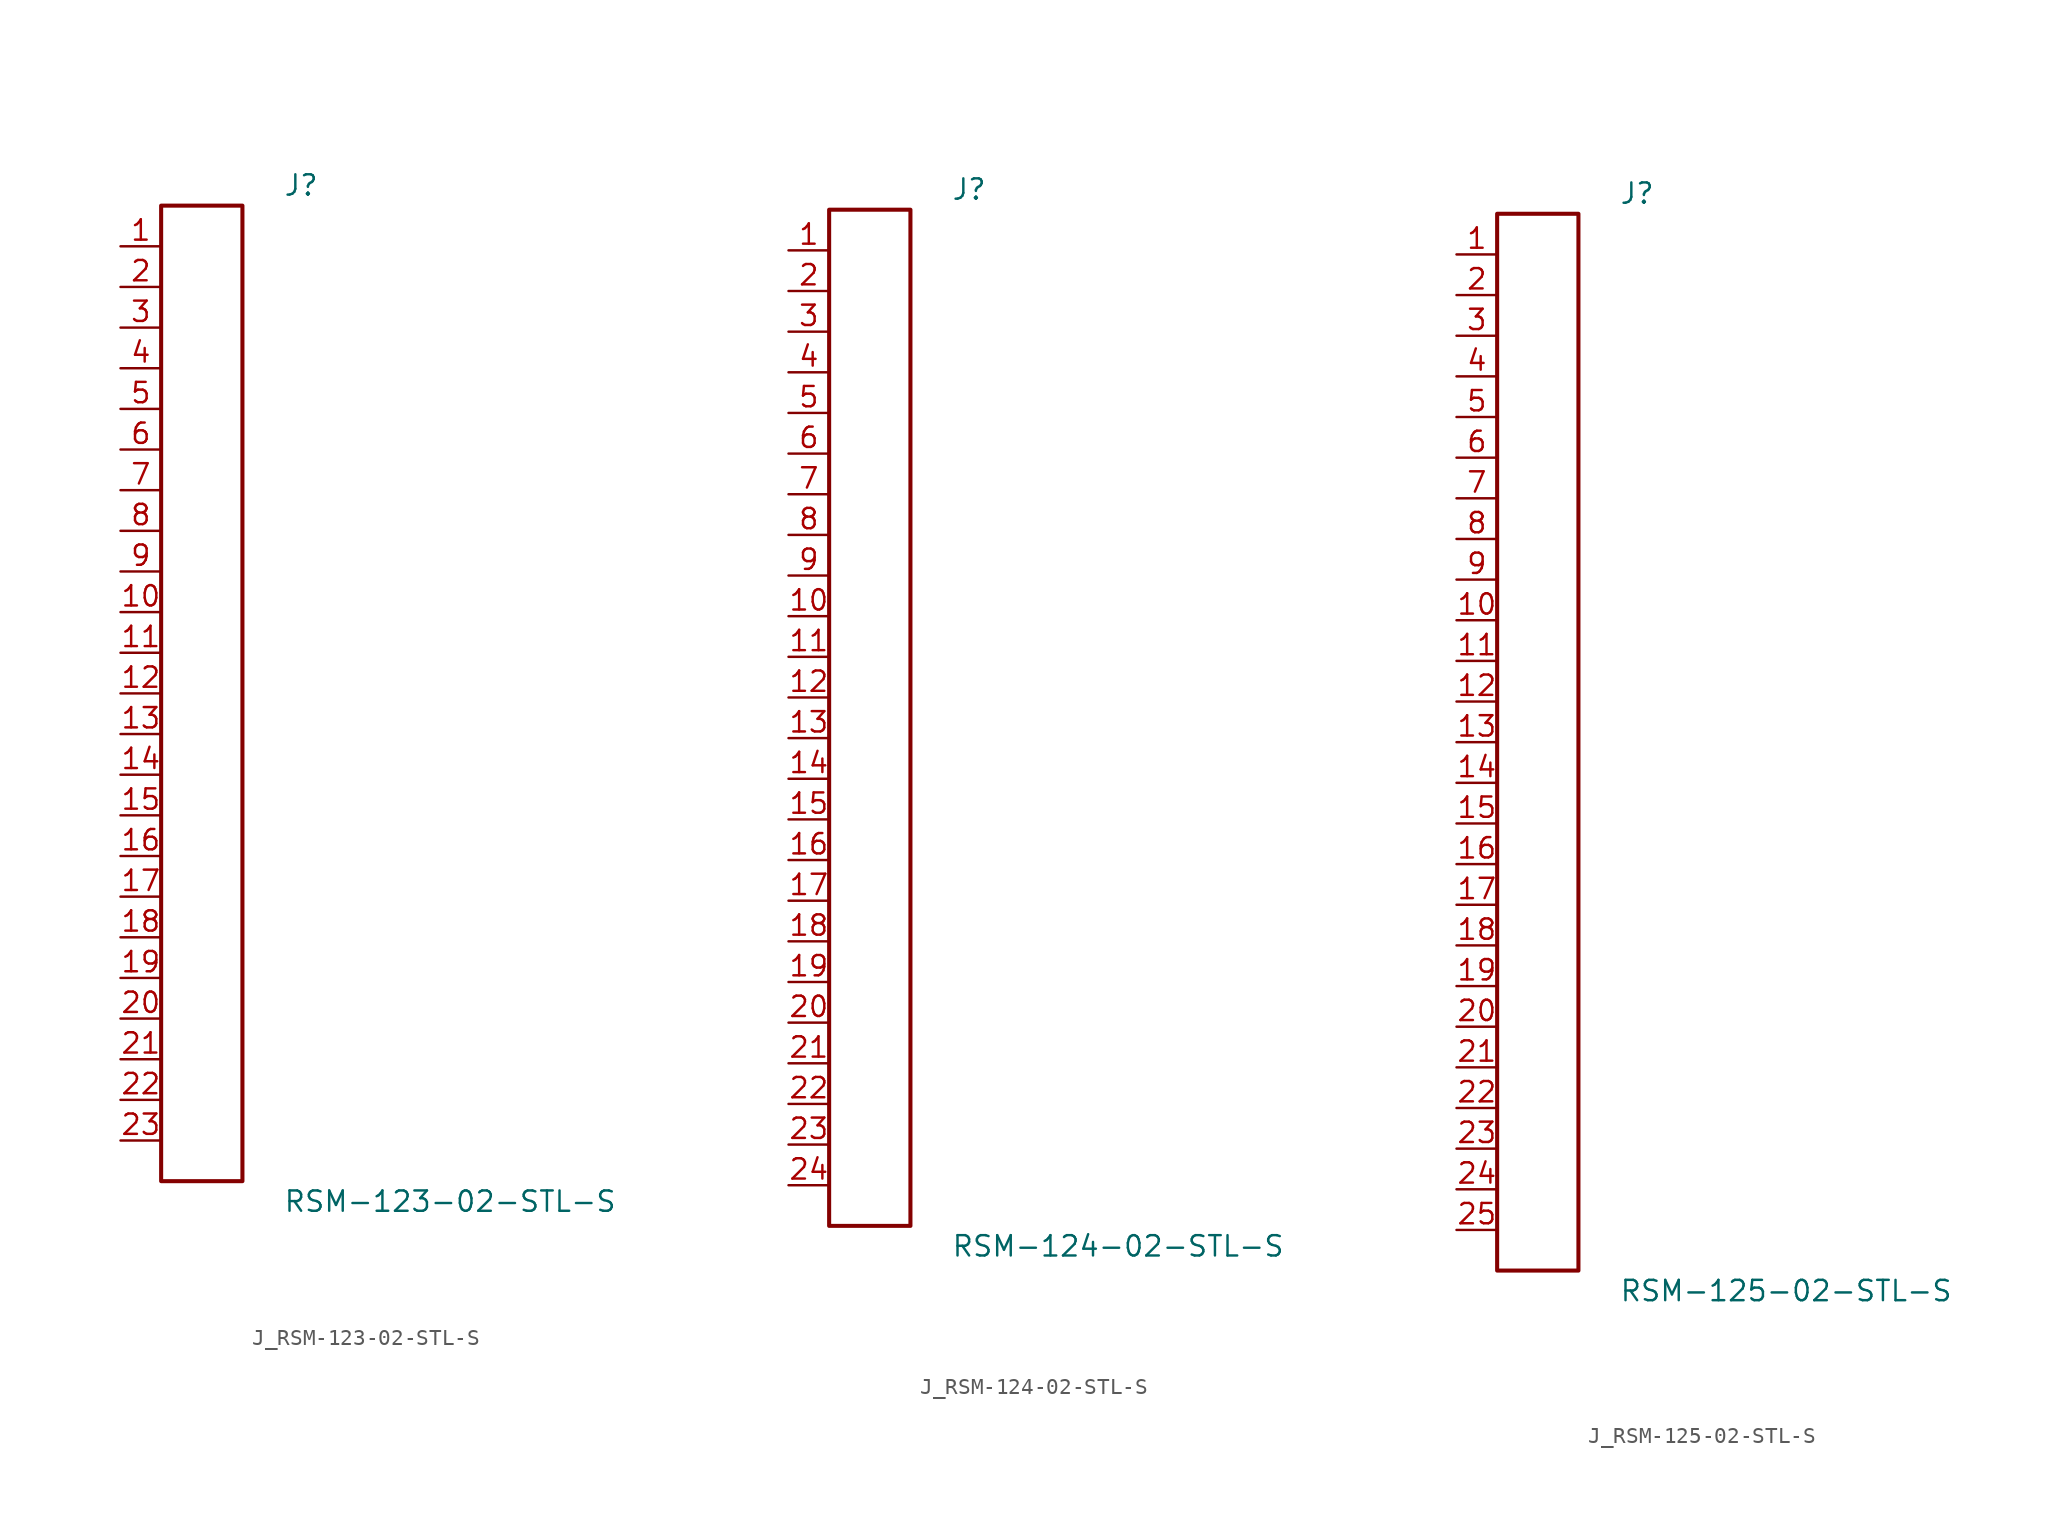
<source format=kicad_sym>
(kicad_symbol_lib
  (version 20231120)
  (generator kicad_symbol_editor)
  (generator_version 8.0)
  (symbol "J_RSM-123-02-STL-S"
    (pin_names
      (offset 0.254))
    (property "Reference" "J"
      (at 5.08 31.75 0)
      (effects (font (size 1.27 1.27)) (justify left)))
    (property "Value" "RSM-123-02-STL-S"
      (at 5.08 -31.75 0)
      (effects (font (size 1.27 1.27)) (justify left)))
    (symbol "J_RSM-123-02-STL-S_0_0"
      (pin passive line (at -5.08 27.94 0) (length 2.54) (name "" (effects (font (size 1.27 1.27)))) (number "1" (effects (font (size 1.27 1.27)))))
      (pin passive line (at -5.08 25.4 0) (length 2.54) (name "" (effects (font (size 1.27 1.27)))) (number "2" (effects (font (size 1.27 1.27)))))
      (pin passive line (at -5.08 22.86 0) (length 2.54) (name "" (effects (font (size 1.27 1.27)))) (number "3" (effects (font (size 1.27 1.27)))))
      (pin passive line (at -5.08 20.32 0) (length 2.54) (name "" (effects (font (size 1.27 1.27)))) (number "4" (effects (font (size 1.27 1.27)))))
      (pin passive line (at -5.08 17.78 0) (length 2.54) (name "" (effects (font (size 1.27 1.27)))) (number "5" (effects (font (size 1.27 1.27)))))
      (pin passive line (at -5.08 15.24 0) (length 2.54) (name "" (effects (font (size 1.27 1.27)))) (number "6" (effects (font (size 1.27 1.27)))))
      (pin passive line (at -5.08 12.7 0) (length 2.54) (name "" (effects (font (size 1.27 1.27)))) (number "7" (effects (font (size 1.27 1.27)))))
      (pin passive line (at -5.08 10.16 0) (length 2.54) (name "" (effects (font (size 1.27 1.27)))) (number "8" (effects (font (size 1.27 1.27)))))
      (pin passive line (at -5.08 7.62 0) (length 2.54) (name "" (effects (font (size 1.27 1.27)))) (number "9" (effects (font (size 1.27 1.27)))))
      (pin passive line (at -5.08 5.08 0) (length 2.54) (name "" (effects (font (size 1.27 1.27)))) (number "10" (effects (font (size 1.27 1.27)))))
      (pin passive line (at -5.08 2.54 0) (length 2.54) (name "" (effects (font (size 1.27 1.27)))) (number "11" (effects (font (size 1.27 1.27)))))
      (pin passive line (at -5.08 0.0 0) (length 2.54) (name "" (effects (font (size 1.27 1.27)))) (number "12" (effects (font (size 1.27 1.27)))))
      (pin passive line (at -5.08 -2.54 0) (length 2.54) (name "" (effects (font (size 1.27 1.27)))) (number "13" (effects (font (size 1.27 1.27)))))
      (pin passive line (at -5.08 -5.08 0) (length 2.54) (name "" (effects (font (size 1.27 1.27)))) (number "14" (effects (font (size 1.27 1.27)))))
      (pin passive line (at -5.08 -7.62 0) (length 2.54) (name "" (effects (font (size 1.27 1.27)))) (number "15" (effects (font (size 1.27 1.27)))))
      (pin passive line (at -5.08 -10.16 0) (length 2.54) (name "" (effects (font (size 1.27 1.27)))) (number "16" (effects (font (size 1.27 1.27)))))
      (pin passive line (at -5.08 -12.7 0) (length 2.54) (name "" (effects (font (size 1.27 1.27)))) (number "17" (effects (font (size 1.27 1.27)))))
      (pin passive line (at -5.08 -15.24 0) (length 2.54) (name "" (effects (font (size 1.27 1.27)))) (number "18" (effects (font (size 1.27 1.27)))))
      (pin passive line (at -5.08 -17.78 0) (length 2.54) (name "" (effects (font (size 1.27 1.27)))) (number "19" (effects (font (size 1.27 1.27)))))
      (pin passive line (at -5.08 -20.32 0) (length 2.54) (name "" (effects (font (size 1.27 1.27)))) (number "20" (effects (font (size 1.27 1.27)))))
      (pin passive line (at -5.08 -22.86 0) (length 2.54) (name "" (effects (font (size 1.27 1.27)))) (number "21" (effects (font (size 1.27 1.27)))))
      (pin passive line (at -5.08 -25.4 0) (length 2.54) (name "" (effects (font (size 1.27 1.27)))) (number "22" (effects (font (size 1.27 1.27)))))
      (pin passive line (at -5.08 -27.94 0) (length 2.54) (name "" (effects (font (size 1.27 1.27)))) (number "23" (effects (font (size 1.27 1.27))))))
    (symbol "J_RSM-123-02-STL-S_1_0"
      (rectangle (start -2.54 30.48) (end 2.54 -30.48) (stroke (width 0.254) (type solid)) (fill (type none)))))
  (symbol "J_RSM-124-02-STL-S"
    (pin_names
      (offset 0.254))
    (property "Reference" "J"
      (at 5.08 33.02 0)
      (effects (font (size 1.27 1.27)) (justify left)))
    (property "Value" "RSM-124-02-STL-S"
      (at 5.08 -33.02 0)
      (effects (font (size 1.27 1.27)) (justify left)))
    (symbol "J_RSM-124-02-STL-S_0_0"
      (pin passive line (at -5.08 29.21 0) (length 2.54) (name "" (effects (font (size 1.27 1.27)))) (number "1" (effects (font (size 1.27 1.27)))))
      (pin passive line (at -5.08 26.67 0) (length 2.54) (name "" (effects (font (size 1.27 1.27)))) (number "2" (effects (font (size 1.27 1.27)))))
      (pin passive line (at -5.08 24.13 0) (length 2.54) (name "" (effects (font (size 1.27 1.27)))) (number "3" (effects (font (size 1.27 1.27)))))
      (pin passive line (at -5.08 21.59 0) (length 2.54) (name "" (effects (font (size 1.27 1.27)))) (number "4" (effects (font (size 1.27 1.27)))))
      (pin passive line (at -5.08 19.05 0) (length 2.54) (name "" (effects (font (size 1.27 1.27)))) (number "5" (effects (font (size 1.27 1.27)))))
      (pin passive line (at -5.08 16.51 0) (length 2.54) (name "" (effects (font (size 1.27 1.27)))) (number "6" (effects (font (size 1.27 1.27)))))
      (pin passive line (at -5.08 13.97 0) (length 2.54) (name "" (effects (font (size 1.27 1.27)))) (number "7" (effects (font (size 1.27 1.27)))))
      (pin passive line (at -5.08 11.43 0) (length 2.54) (name "" (effects (font (size 1.27 1.27)))) (number "8" (effects (font (size 1.27 1.27)))))
      (pin passive line (at -5.08 8.89 0) (length 2.54) (name "" (effects (font (size 1.27 1.27)))) (number "9" (effects (font (size 1.27 1.27)))))
      (pin passive line (at -5.08 6.35 0) (length 2.54) (name "" (effects (font (size 1.27 1.27)))) (number "10" (effects (font (size 1.27 1.27)))))
      (pin passive line (at -5.08 3.81 0) (length 2.54) (name "" (effects (font (size 1.27 1.27)))) (number "11" (effects (font (size 1.27 1.27)))))
      (pin passive line (at -5.08 1.27 0) (length 2.54) (name "" (effects (font (size 1.27 1.27)))) (number "12" (effects (font (size 1.27 1.27)))))
      (pin passive line (at -5.08 -1.27 0) (length 2.54) (name "" (effects (font (size 1.27 1.27)))) (number "13" (effects (font (size 1.27 1.27)))))
      (pin passive line (at -5.08 -3.81 0) (length 2.54) (name "" (effects (font (size 1.27 1.27)))) (number "14" (effects (font (size 1.27 1.27)))))
      (pin passive line (at -5.08 -6.35 0) (length 2.54) (name "" (effects (font (size 1.27 1.27)))) (number "15" (effects (font (size 1.27 1.27)))))
      (pin passive line (at -5.08 -8.89 0) (length 2.54) (name "" (effects (font (size 1.27 1.27)))) (number "16" (effects (font (size 1.27 1.27)))))
      (pin passive line (at -5.08 -11.43 0) (length 2.54) (name "" (effects (font (size 1.27 1.27)))) (number "17" (effects (font (size 1.27 1.27)))))
      (pin passive line (at -5.08 -13.97 0) (length 2.54) (name "" (effects (font (size 1.27 1.27)))) (number "18" (effects (font (size 1.27 1.27)))))
      (pin passive line (at -5.08 -16.51 0) (length 2.54) (name "" (effects (font (size 1.27 1.27)))) (number "19" (effects (font (size 1.27 1.27)))))
      (pin passive line (at -5.08 -19.05 0) (length 2.54) (name "" (effects (font (size 1.27 1.27)))) (number "20" (effects (font (size 1.27 1.27)))))
      (pin passive line (at -5.08 -21.59 0) (length 2.54) (name "" (effects (font (size 1.27 1.27)))) (number "21" (effects (font (size 1.27 1.27)))))
      (pin passive line (at -5.08 -24.13 0) (length 2.54) (name "" (effects (font (size 1.27 1.27)))) (number "22" (effects (font (size 1.27 1.27)))))
      (pin passive line (at -5.08 -26.67 0) (length 2.54) (name "" (effects (font (size 1.27 1.27)))) (number "23" (effects (font (size 1.27 1.27)))))
      (pin passive line (at -5.08 -29.21 0) (length 2.54) (name "" (effects (font (size 1.27 1.27)))) (number "24" (effects (font (size 1.27 1.27))))))
    (symbol "J_RSM-124-02-STL-S_1_0"
      (rectangle (start -2.54 31.75) (end 2.54 -31.75) (stroke (width 0.254) (type solid)) (fill (type none)))))
  (symbol "J_RSM-125-02-STL-S"
    (pin_names
      (offset 0.254))
    (property "Reference" "J"
      (at 5.08 34.29 0)
      (effects (font (size 1.27 1.27)) (justify left)))
    (property "Value" "RSM-125-02-STL-S"
      (at 5.08 -34.29 0)
      (effects (font (size 1.27 1.27)) (justify left)))
    (symbol "J_RSM-125-02-STL-S_0_0"
      (pin passive line (at -5.08 30.48 0) (length 2.54) (name "" (effects (font (size 1.27 1.27)))) (number "1" (effects (font (size 1.27 1.27)))))
      (pin passive line (at -5.08 27.94 0) (length 2.54) (name "" (effects (font (size 1.27 1.27)))) (number "2" (effects (font (size 1.27 1.27)))))
      (pin passive line (at -5.08 25.4 0) (length 2.54) (name "" (effects (font (size 1.27 1.27)))) (number "3" (effects (font (size 1.27 1.27)))))
      (pin passive line (at -5.08 22.86 0) (length 2.54) (name "" (effects (font (size 1.27 1.27)))) (number "4" (effects (font (size 1.27 1.27)))))
      (pin passive line (at -5.08 20.32 0) (length 2.54) (name "" (effects (font (size 1.27 1.27)))) (number "5" (effects (font (size 1.27 1.27)))))
      (pin passive line (at -5.08 17.78 0) (length 2.54) (name "" (effects (font (size 1.27 1.27)))) (number "6" (effects (font (size 1.27 1.27)))))
      (pin passive line (at -5.08 15.24 0) (length 2.54) (name "" (effects (font (size 1.27 1.27)))) (number "7" (effects (font (size 1.27 1.27)))))
      (pin passive line (at -5.08 12.7 0) (length 2.54) (name "" (effects (font (size 1.27 1.27)))) (number "8" (effects (font (size 1.27 1.27)))))
      (pin passive line (at -5.08 10.16 0) (length 2.54) (name "" (effects (font (size 1.27 1.27)))) (number "9" (effects (font (size 1.27 1.27)))))
      (pin passive line (at -5.08 7.62 0) (length 2.54) (name "" (effects (font (size 1.27 1.27)))) (number "10" (effects (font (size 1.27 1.27)))))
      (pin passive line (at -5.08 5.08 0) (length 2.54) (name "" (effects (font (size 1.27 1.27)))) (number "11" (effects (font (size 1.27 1.27)))))
      (pin passive line (at -5.08 2.54 0) (length 2.54) (name "" (effects (font (size 1.27 1.27)))) (number "12" (effects (font (size 1.27 1.27)))))
      (pin passive line (at -5.08 0.0 0) (length 2.54) (name "" (effects (font (size 1.27 1.27)))) (number "13" (effects (font (size 1.27 1.27)))))
      (pin passive line (at -5.08 -2.54 0) (length 2.54) (name "" (effects (font (size 1.27 1.27)))) (number "14" (effects (font (size 1.27 1.27)))))
      (pin passive line (at -5.08 -5.08 0) (length 2.54) (name "" (effects (font (size 1.27 1.27)))) (number "15" (effects (font (size 1.27 1.27)))))
      (pin passive line (at -5.08 -7.62 0) (length 2.54) (name "" (effects (font (size 1.27 1.27)))) (number "16" (effects (font (size 1.27 1.27)))))
      (pin passive line (at -5.08 -10.16 0) (length 2.54) (name "" (effects (font (size 1.27 1.27)))) (number "17" (effects (font (size 1.27 1.27)))))
      (pin passive line (at -5.08 -12.7 0) (length 2.54) (name "" (effects (font (size 1.27 1.27)))) (number "18" (effects (font (size 1.27 1.27)))))
      (pin passive line (at -5.08 -15.24 0) (length 2.54) (name "" (effects (font (size 1.27 1.27)))) (number "19" (effects (font (size 1.27 1.27)))))
      (pin passive line (at -5.08 -17.78 0) (length 2.54) (name "" (effects (font (size 1.27 1.27)))) (number "20" (effects (font (size 1.27 1.27)))))
      (pin passive line (at -5.08 -20.32 0) (length 2.54) (name "" (effects (font (size 1.27 1.27)))) (number "21" (effects (font (size 1.27 1.27)))))
      (pin passive line (at -5.08 -22.86 0) (length 2.54) (name "" (effects (font (size 1.27 1.27)))) (number "22" (effects (font (size 1.27 1.27)))))
      (pin passive line (at -5.08 -25.4 0) (length 2.54) (name "" (effects (font (size 1.27 1.27)))) (number "23" (effects (font (size 1.27 1.27)))))
      (pin passive line (at -5.08 -27.94 0) (length 2.54) (name "" (effects (font (size 1.27 1.27)))) (number "24" (effects (font (size 1.27 1.27)))))
      (pin passive line (at -5.08 -30.48 0) (length 2.54) (name "" (effects (font (size 1.27 1.27)))) (number "25" (effects (font (size 1.27 1.27))))))
    (symbol "J_RSM-125-02-STL-S_1_0"
      (rectangle (start -2.54 33.02) (end 2.54 -33.02) (stroke (width 0.254) (type solid)) (fill (type none))))))
</source>
